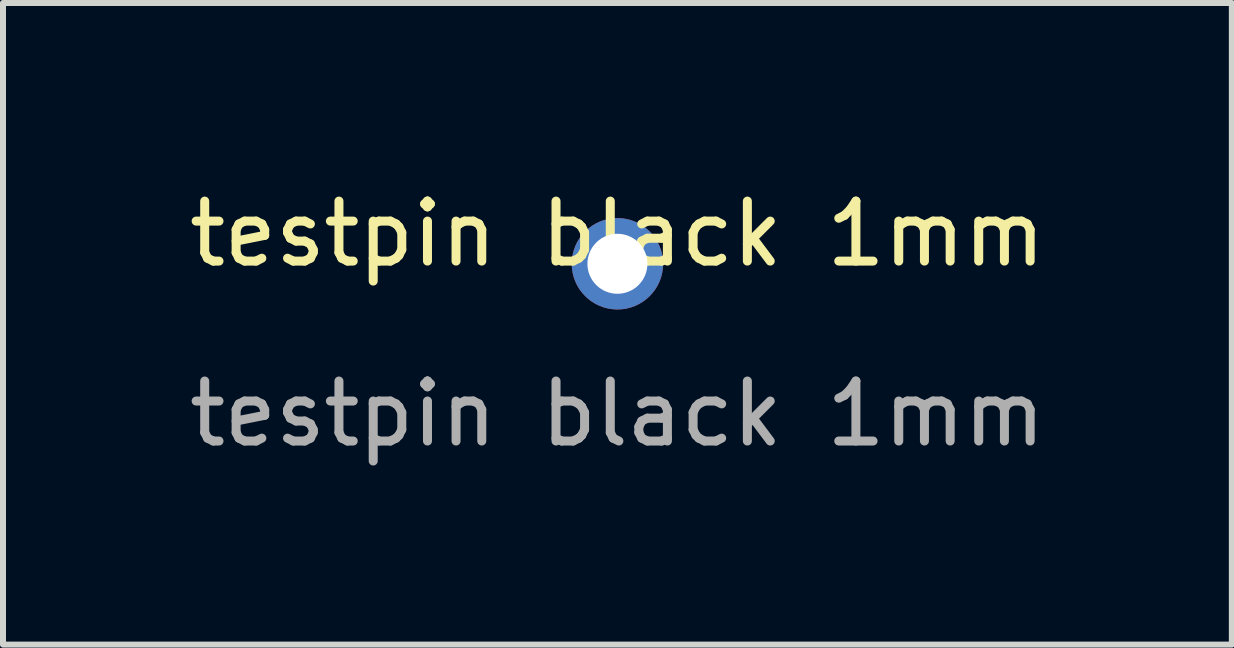
<source format=kicad_pcb>
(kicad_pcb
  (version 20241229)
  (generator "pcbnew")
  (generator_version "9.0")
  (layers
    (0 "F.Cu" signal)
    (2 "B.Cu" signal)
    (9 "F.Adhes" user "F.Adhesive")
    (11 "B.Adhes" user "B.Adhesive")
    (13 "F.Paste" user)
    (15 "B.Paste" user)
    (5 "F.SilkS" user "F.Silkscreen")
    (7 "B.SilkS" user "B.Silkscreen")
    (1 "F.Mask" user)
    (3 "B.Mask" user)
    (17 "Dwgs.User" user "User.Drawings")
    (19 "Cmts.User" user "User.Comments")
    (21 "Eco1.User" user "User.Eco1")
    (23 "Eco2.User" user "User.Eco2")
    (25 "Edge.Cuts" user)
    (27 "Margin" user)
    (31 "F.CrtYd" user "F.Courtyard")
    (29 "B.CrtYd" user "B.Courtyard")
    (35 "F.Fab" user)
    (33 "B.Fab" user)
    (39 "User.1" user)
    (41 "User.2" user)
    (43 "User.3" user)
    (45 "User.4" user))
  (footprint "testpin black 1mm"
    (layer "F.Cu")
    (at 7.244 1.348)
    (property "Reference" "testpin black 1mm" (at 0 -0.5 0) (unlocked yes) (layer "F.SilkS") (effects (font (size 1 1) (thickness 0.15))))
    (attr through_hole)
    (fp_text user "${REFERENCE}" (at 0 2.5 0) (unlocked yes) (layer "F.Fab") (effects (font (size 1 1) (thickness 0.15))))
    (pad "1" thru_hole circle (at 0 0) (size 1.524 1.524) (drill 1) (layers "*.Cu" "*.Mask")))
  (gr_rect
    (start -3 -3)
    (end 17.488 7.697)
    (stroke (width 0.1) (type default))
    (fill no)
    (layer "Edge.Cuts")))
</source>
